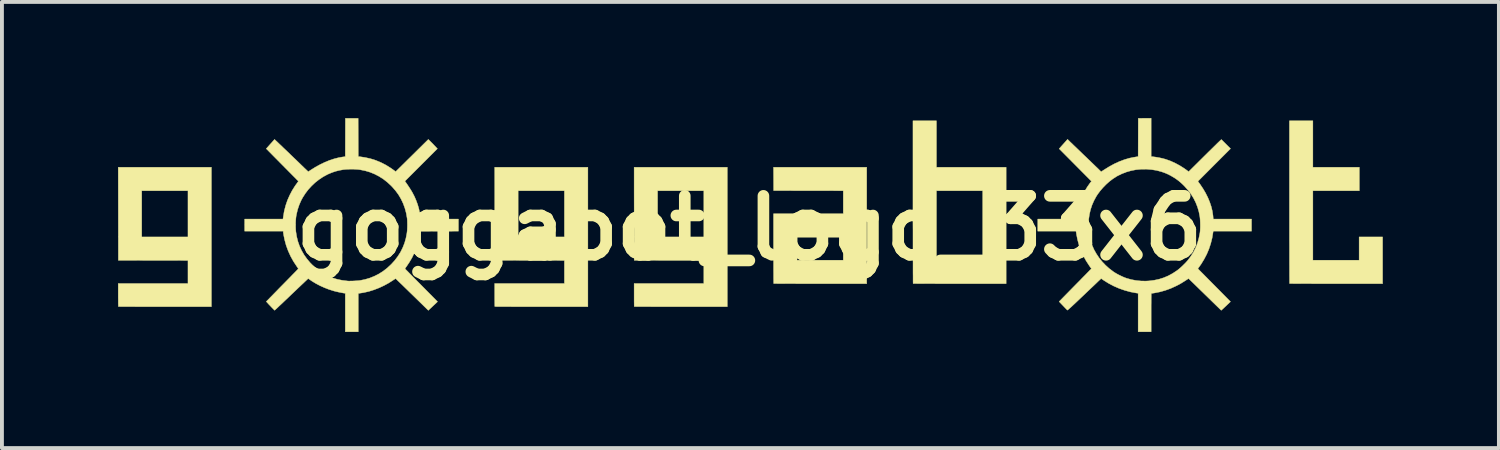
<source format=kicad_pcb>
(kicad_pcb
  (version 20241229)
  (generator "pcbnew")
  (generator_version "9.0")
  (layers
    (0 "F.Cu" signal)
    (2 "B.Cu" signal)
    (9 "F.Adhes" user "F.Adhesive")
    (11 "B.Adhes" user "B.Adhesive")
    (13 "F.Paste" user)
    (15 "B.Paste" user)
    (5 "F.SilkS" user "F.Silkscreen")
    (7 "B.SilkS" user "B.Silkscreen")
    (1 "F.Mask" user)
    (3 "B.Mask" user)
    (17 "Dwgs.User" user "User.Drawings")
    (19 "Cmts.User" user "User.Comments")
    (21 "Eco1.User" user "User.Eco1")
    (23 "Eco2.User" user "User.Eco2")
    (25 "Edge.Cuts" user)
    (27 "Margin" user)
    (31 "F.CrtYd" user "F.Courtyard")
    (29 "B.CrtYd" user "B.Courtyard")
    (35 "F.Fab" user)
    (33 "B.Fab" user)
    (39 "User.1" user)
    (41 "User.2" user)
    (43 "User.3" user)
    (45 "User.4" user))
  (footprint "goggabot_logo_33x6"
    (layer "F.Cu")
    (at 16.314 2.845)
    (property "Reference" "goggabot_logo_33x6" (at 0 0 0) (layer "F.SilkS") (effects (font (size 1.524 1.524) (thickness 0.3))))
    (attr through_hole)
    (fp_poly (pts (xy -13.901 2.03) (xy -15.101 2.03) (xy -15.22 2.03) (xy -15.336 2.03) (xy -15.448 2.029) (xy -15.556 2.029) (xy -15.659 2.029) (xy -15.757 2.029) (xy -15.848 2.029) (xy -15.933 2.028) (xy -16.01 2.028) (xy -16.08 2.028) (xy -16.141 2.028) (xy -16.194 2.027) (xy -16.237 2.027) (xy -16.27 2.027) (xy -16.292 2.026) (xy -16.304 2.026) (xy -16.305 2.026) (xy -16.306 2.019) (xy -16.306 2.002) (xy -16.307 1.974) (xy -16.308 1.939) (xy -16.308 1.896) (xy -16.308 1.847) (xy -16.309 1.792) (xy -16.309 1.734) (xy -16.309 1.725) (xy -16.309 1.429) (xy -14.507 1.429) (xy -14.507 0.835) (xy -16.306 0.832) (xy -16.307 -0.371) (xy -16.308 -0.967) (xy -15.702 -0.967) (xy -15.702 0.228) (xy -14.507 0.228) (xy -14.507 -0.967) (xy -15.702 -0.967) (xy -16.308 -0.967) (xy -16.309 -1.573) (xy -13.901 -1.573) (xy -13.901 2.03)) (stroke (width 0.01) (type solid)) (fill yes) (layer "F.SilkS"))
    (fp_poly (pts (xy -4.173 2.03) (xy -5.373 2.03) (xy -5.492 2.03) (xy -5.608 2.03) (xy -5.721 2.029) (xy -5.828 2.029) (xy -5.931 2.029) (xy -6.029 2.029) (xy -6.12 2.029) (xy -6.205 2.028) (xy -6.283 2.028) (xy -6.352 2.028) (xy -6.414 2.028) (xy -6.466 2.027) (xy -6.509 2.027) (xy -6.542 2.027) (xy -6.565 2.026) (xy -6.576 2.026) (xy -6.577 2.026) (xy -6.578 2.019) (xy -6.579 2.002) (xy -6.579 1.974) (xy -6.58 1.939) (xy -6.58 1.896) (xy -6.581 1.847) (xy -6.581 1.792) (xy -6.581 1.734) (xy -6.581 1.725) (xy -6.581 1.429) (xy -4.78 1.429) (xy -4.78 0.835) (xy -6.578 0.832) (xy -6.58 -0.371) (xy -6.58 -0.967) (xy -5.975 -0.967) (xy -5.975 0.228) (xy -4.78 0.228) (xy -4.78 -0.967) (xy -5.975 -0.967) (xy -6.58 -0.967) (xy -6.581 -1.573) (xy -4.173 -1.573) (xy -4.173 2.03)) (stroke (width 0.01) (type solid)) (fill yes) (layer "F.SilkS"))
    (fp_poly (pts (xy -0.57 2.03) (xy -1.77 2.03) (xy -1.89 2.03) (xy -2.006 2.03) (xy -2.118 2.029) (xy -2.226 2.029) (xy -2.329 2.029) (xy -2.426 2.029) (xy -2.517 2.029) (xy -2.602 2.028) (xy -2.68 2.028) (xy -2.75 2.028) (xy -2.811 2.028) (xy -2.864 2.027) (xy -2.907 2.027) (xy -2.94 2.027) (xy -2.962 2.026) (xy -2.973 2.026) (xy -2.974 2.026) (xy -2.975 2.019) (xy -2.976 2.002) (xy -2.977 1.974) (xy -2.977 1.939) (xy -2.978 1.896) (xy -2.978 1.847) (xy -2.978 1.792) (xy -2.978 1.734) (xy -2.978 1.725) (xy -2.978 1.429) (xy -1.177 1.429) (xy -1.177 0.835) (xy -2.975 0.832) (xy -2.977 -0.371) (xy -2.978 -0.967) (xy -2.372 -0.967) (xy -2.372 0.228) (xy -1.177 0.228) (xy -1.177 -0.967) (xy -2.372 -0.967) (xy -2.978 -0.967) (xy -2.978 -1.573) (xy -0.57 -1.573) (xy -0.57 2.03)) (stroke (width 0.01) (type solid)) (fill yes) (layer "F.SilkS"))
    (fp_poly (pts (xy 3.032 1.435) (xy 1.832 1.435) (xy 1.713 1.435) (xy 1.597 1.435) (xy 1.485 1.435) (xy 1.377 1.435) (xy 1.274 1.435) (xy 1.177 1.434) (xy 1.085 1.434) (xy 1.001 1.434) (xy 0.923 1.434) (xy 0.853 1.433) (xy 0.792 1.433) (xy 0.739 1.433) (xy 0.696 1.432) (xy 0.663 1.432) (xy 0.641 1.432) (xy 0.63 1.431) (xy 0.628 1.431) (xy 0.628 1.425) (xy 0.628 1.407) (xy 0.627 1.379) (xy 0.627 1.34) (xy 0.626 1.292) (xy 0.626 1.236) (xy 0.626 1.171) (xy 0.625 1.099) (xy 0.625 1.021) (xy 0.625 0.936) (xy 0.625 0.846) (xy 0.625 0.751) (xy 0.625 0.652) (xy 0.624 0.55) (xy 0.624 0.527) (xy 0.624 0.234) (xy 1.231 0.234) (xy 1.231 0.829) (xy 2.426 0.829) (xy 2.426 0.234) (xy 1.231 0.234) (xy 0.624 0.234) (xy 0.624 -0.372) (xy 2.426 -0.372) (xy 2.426 -0.967) (xy 1.527 -0.968) (xy 0.627 -0.97) (xy 0.626 -1.272) (xy 0.624 -1.573) (xy 3.032 -1.573) (xy 3.032 1.435)) (stroke (width 0.01) (type solid)) (fill yes) (layer "F.SilkS"))
    (fp_poly (pts (xy 14.561 -1.573) (xy 15.762 -1.573) (xy 15.762 -0.967) (xy 14.561 -0.967) (xy 14.561 0.829) (xy 15.756 0.829) (xy 15.756 0.228) (xy 16.363 0.228) (xy 16.363 1.435) (xy 15.163 1.435) (xy 15.044 1.435) (xy 14.928 1.435) (xy 14.816 1.435) (xy 14.708 1.435) (xy 14.605 1.435) (xy 14.507 1.434) (xy 14.416 1.434) (xy 14.331 1.434) (xy 14.254 1.434) (xy 14.184 1.433) (xy 14.122 1.433) (xy 14.07 1.433) (xy 14.027 1.432) (xy 13.994 1.432) (xy 13.971 1.432) (xy 13.96 1.431) (xy 13.959 1.431) (xy 13.959 1.425) (xy 13.958 1.407) (xy 13.958 1.378) (xy 13.958 1.338) (xy 13.958 1.288) (xy 13.957 1.229) (xy 13.957 1.159) (xy 13.957 1.081) (xy 13.957 0.994) (xy 13.956 0.899) (xy 13.956 0.797) (xy 13.956 0.687) (xy 13.956 0.57) (xy 13.956 0.447) (xy 13.955 0.318) (xy 13.955 0.183) (xy 13.955 0.043) (xy 13.955 -0.101) (xy 13.955 -0.25) (xy 13.955 -0.402) (xy 13.955 -0.558) (xy 13.955 -0.674) (xy 13.955 -2.774) (xy 14.561 -2.774) (xy 14.561 -1.573)) (stroke (width 0.01) (type solid)) (fill yes) (layer "F.SilkS"))
    (fp_poly (pts (xy 4.834 -1.573) (xy 6.635 -1.573) (xy 6.635 1.435) (xy 5.435 1.435) (xy 5.316 1.435) (xy 5.2 1.435) (xy 5.088 1.435) (xy 4.98 1.435) (xy 4.877 1.435) (xy 4.78 1.434) (xy 4.688 1.434) (xy 4.603 1.434) (xy 4.526 1.434) (xy 4.456 1.433) (xy 4.395 1.433) (xy 4.342 1.433) (xy 4.299 1.432) (xy 4.266 1.432) (xy 4.244 1.432) (xy 4.233 1.431) (xy 4.231 1.431) (xy 4.231 1.425) (xy 4.231 1.407) (xy 4.23 1.378) (xy 4.23 1.338) (xy 4.23 1.288) (xy 4.23 1.229) (xy 4.229 1.159) (xy 4.229 1.081) (xy 4.229 0.994) (xy 4.229 0.899) (xy 4.228 0.797) (xy 4.228 0.687) (xy 4.228 0.57) (xy 4.228 0.447) (xy 4.228 0.318) (xy 4.228 0.183) (xy 4.228 0.043) (xy 4.227 -0.101) (xy 4.227 -0.25) (xy 4.227 -0.402) (xy 4.227 -0.558) (xy 4.227 -0.674) (xy 4.227 -0.967) (xy 4.834 -0.967) (xy 4.834 0.829) (xy 6.029 0.829) (xy 6.029 -0.967) (xy 4.834 -0.967) (xy 4.227 -0.967) (xy 4.227 -2.774) (xy 4.834 -2.774) (xy 4.834 -1.573)) (stroke (width 0.01) (type solid)) (fill yes) (layer "F.SilkS"))
    (fp_poly (pts (xy 10.382 -1.85) (xy 10.417 -1.847) (xy 10.504 -1.835) (xy 10.592 -1.82) (xy 10.675 -1.802) (xy 10.751 -1.781) (xy 10.775 -1.773) (xy 10.893 -1.73) (xy 11.01 -1.676) (xy 11.125 -1.614) (xy 11.234 -1.545) (xy 11.297 -1.5) (xy 11.351 -1.459) (xy 11.746 -1.851) (xy 11.804 -1.908) (xy 11.86 -1.964) (xy 11.914 -2.016) (xy 11.964 -2.066) (xy 12.01 -2.111) (xy 12.052 -2.152) (xy 12.088 -2.188) (xy 12.119 -2.218) (xy 12.143 -2.241) (xy 12.16 -2.257) (xy 12.169 -2.266) (xy 12.169 -2.266) (xy 12.197 -2.29) (xy 12.433 -2.054) (xy 12.011 -1.632) (xy 11.59 -1.21) (xy 11.647 -1.132) (xy 11.722 -1.02) (xy 11.789 -0.906) (xy 11.847 -0.79) (xy 11.895 -0.674) (xy 11.934 -0.558) (xy 11.962 -0.444) (xy 11.979 -0.333) (xy 11.983 -0.29) (xy 11.987 -0.234) (xy 12.976 -0.234) (xy 12.976 0.078) (xy 11.986 0.078) (xy 11.982 0.107) (xy 11.957 0.257) (xy 11.921 0.4) (xy 11.875 0.539) (xy 11.819 0.672) (xy 11.751 0.802) (xy 11.673 0.93) (xy 11.631 0.989) (xy 11.589 1.048) (xy 11.69 1.15) (xy 11.711 1.171) (xy 11.74 1.2) (xy 11.775 1.236) (xy 11.816 1.277) (xy 11.861 1.323) (xy 11.91 1.372) (xy 11.962 1.425) (xy 12.016 1.479) (xy 12.07 1.534) (xy 12.112 1.576) (xy 12.432 1.9) (xy 12.351 1.977) (xy 12.322 2.005) (xy 12.293 2.032) (xy 12.266 2.057) (xy 12.244 2.078) (xy 12.232 2.089) (xy 12.193 2.124) (xy 11.94 1.878) (xy 11.888 1.827) (xy 11.832 1.772) (xy 11.775 1.717) (xy 11.718 1.661) (xy 11.663 1.608) (xy 11.612 1.558) (xy 11.566 1.513) (xy 11.526 1.474) (xy 11.519 1.467) (xy 11.349 1.302) (xy 11.266 1.356) (xy 11.219 1.386) (xy 11.179 1.411) (xy 11.142 1.433) (xy 11.105 1.454) (xy 11.066 1.474) (xy 11.027 1.494) (xy 10.889 1.557) (xy 10.749 1.608) (xy 10.606 1.648) (xy 10.459 1.677) (xy 10.448 1.678) (xy 10.423 1.682) (xy 10.402 1.685) (xy 10.389 1.687) (xy 10.385 1.687) (xy 10.385 1.693) (xy 10.384 1.71) (xy 10.384 1.737) (xy 10.384 1.774) (xy 10.383 1.819) (xy 10.383 1.872) (xy 10.383 1.931) (xy 10.382 1.996) (xy 10.382 2.066) (xy 10.382 2.14) (xy 10.382 2.183) (xy 10.382 2.678) (xy 10.046 2.678) (xy 10.046 1.683) (xy 9.996 1.676) (xy 9.847 1.648) (xy 9.7 1.608) (xy 9.556 1.558) (xy 9.416 1.497) (xy 9.281 1.426) (xy 9.155 1.347) (xy 9.09 1.302) (xy 9.071 1.32) (xy 9.064 1.327) (xy 9.049 1.341) (xy 9.026 1.362) (xy 8.997 1.39) (xy 8.962 1.424) (xy 8.921 1.463) (xy 8.875 1.507) (xy 8.825 1.554) (xy 8.771 1.605) (xy 8.714 1.659) (xy 8.655 1.716) (xy 8.638 1.732) (xy 8.566 1.8) (xy 8.502 1.861) (xy 8.445 1.915) (xy 8.396 1.961) (xy 8.354 2) (xy 8.319 2.033) (xy 8.289 2.06) (xy 8.265 2.081) (xy 8.247 2.098) (xy 8.233 2.109) (xy 8.223 2.116) (xy 8.218 2.119) (xy 8.216 2.119) (xy 8.21 2.113) (xy 8.197 2.099) (xy 8.178 2.08) (xy 8.154 2.055) (xy 8.127 2.027) (xy 8.106 2.005) (xy 8.004 1.898) (xy 8.371 1.524) (xy 8.427 1.467) (xy 8.482 1.411) (xy 8.535 1.358) (xy 8.584 1.307) (xy 8.63 1.26) (xy 8.672 1.218) (xy 8.709 1.18) (xy 8.739 1.149) (xy 8.764 1.124) (xy 8.781 1.106) (xy 8.788 1.099) (xy 8.838 1.048) (xy 8.787 0.976) (xy 8.703 0.847) (xy 8.63 0.715) (xy 8.569 0.58) (xy 8.518 0.439) (xy 8.479 0.294) (xy 8.453 0.162) (xy 8.44 0.078) (xy 7.452 0.078) (xy 7.452 -0.105) (xy 8.762 -0.105) (xy 8.765 0.022) (xy 8.779 0.147) (xy 8.804 0.272) (xy 8.839 0.394) (xy 8.859 0.449) (xy 8.907 0.558) (xy 8.967 0.664) (xy 9.036 0.767) (xy 9.115 0.865) (xy 9.202 0.957) (xy 9.297 1.043) (xy 9.399 1.12) (xy 9.424 1.138) (xy 9.467 1.164) (xy 9.517 1.193) (xy 9.573 1.221) (xy 9.629 1.248) (xy 9.684 1.272) (xy 9.734 1.291) (xy 9.749 1.296) (xy 9.866 1.329) (xy 9.988 1.352) (xy 10.113 1.365) (xy 10.238 1.368) (xy 10.331 1.363) (xy 10.462 1.346) (xy 10.588 1.319) (xy 10.708 1.281) (xy 10.824 1.232) (xy 10.936 1.171) (xy 11.044 1.1) (xy 11.069 1.082) (xy 11.107 1.051) (xy 11.151 1.013) (xy 11.196 0.971) (xy 11.241 0.926) (xy 11.284 0.883) (xy 11.32 0.842) (xy 11.326 0.835) (xy 11.404 0.732) (xy 11.472 0.624) (xy 11.53 0.509) (xy 11.578 0.389) (xy 11.614 0.263) (xy 11.64 0.134) (xy 11.644 0.108) (xy 11.648 0.071) (xy 11.65 0.025) (xy 11.652 -0.027) (xy 11.652 -0.083) (xy 11.651 -0.139) (xy 11.649 -0.192) (xy 11.646 -0.241) (xy 11.642 -0.281) (xy 11.641 -0.291) (xy 11.616 -0.421) (xy 11.58 -0.545) (xy 11.533 -0.664) (xy 11.476 -0.777) (xy 11.408 -0.886) (xy 11.329 -0.989) (xy 11.239 -1.089) (xy 11.229 -1.099) (xy 11.18 -1.147) (xy 11.134 -1.188) (xy 11.088 -1.226) (xy 11.038 -1.263) (xy 10.991 -1.295) (xy 10.882 -1.36) (xy 10.768 -1.415) (xy 10.65 -1.458) (xy 10.526 -1.491) (xy 10.398 -1.512) (xy 10.265 -1.523) (xy 10.256 -1.524) (xy 10.122 -1.522) (xy 9.992 -1.51) (xy 9.864 -1.485) (xy 9.741 -1.45) (xy 9.621 -1.403) (xy 9.505 -1.346) (xy 9.479 -1.33) (xy 9.391 -1.273) (xy 9.303 -1.206) (xy 9.218 -1.13) (xy 9.138 -1.048) (xy 9.063 -0.961) (xy 8.997 -0.872) (xy 8.962 -0.817) (xy 8.903 -0.708) (xy 8.854 -0.595) (xy 8.815 -0.477) (xy 8.787 -0.355) (xy 8.769 -0.231) (xy 8.762 -0.105) (xy 7.452 -0.105) (xy 7.452 -0.234) (xy 8.441 -0.234) (xy 8.445 -0.281) (xy 8.452 -0.334) (xy 8.462 -0.394) (xy 8.476 -0.46) (xy 8.493 -0.527) (xy 8.511 -0.593) (xy 8.53 -0.655) (xy 8.538 -0.676) (xy 8.592 -0.809) (xy 8.656 -0.938) (xy 8.73 -1.062) (xy 8.803 -1.166) (xy 8.839 -1.212) (xy 8.422 -1.632) (xy 8.005 -2.052) (xy 8.222 -2.295) (xy 8.277 -2.241) (xy 8.29 -2.228) (xy 8.311 -2.208) (xy 8.34 -2.181) (xy 8.374 -2.147) (xy 8.414 -2.109) (xy 8.458 -2.067) (xy 8.506 -2.021) (xy 8.557 -1.972) (xy 8.609 -1.921) (xy 8.656 -1.876) (xy 8.71 -1.825) (xy 8.762 -1.774) (xy 8.813 -1.726) (xy 8.86 -1.68) (xy 8.904 -1.638) (xy 8.943 -1.6) (xy 8.977 -1.568) (xy 9.004 -1.542) (xy 9.024 -1.522) (xy 9.035 -1.511) (xy 9.09 -1.457) (xy 9.158 -1.502) (xy 9.293 -1.586) (xy 9.426 -1.659) (xy 9.558 -1.72) (xy 9.688 -1.769) (xy 9.816 -1.807) (xy 9.942 -1.833) (xy 9.953 -1.834) (xy 9.981 -1.839) (xy 10.006 -1.843) (xy 10.024 -1.846) (xy 10.032 -1.847) (xy 10.046 -1.85) (xy 10.049 -2.837) (xy 10.216 -2.839) (xy 10.382 -2.84) (xy 10.382 -1.85)) (stroke (width 0.01) (type solid)) (fill yes) (layer "F.SilkS"))
    (fp_poly (pts (xy -10.106 -1.85) (xy -10.071 -1.847) (xy -9.926 -1.825) (xy -9.784 -1.793) (xy -9.648 -1.749) (xy -9.516 -1.694) (xy -9.388 -1.628) (xy -9.265 -1.551) (xy -9.186 -1.495) (xy -9.14 -1.46) (xy -8.718 -1.876) (xy -8.296 -2.293) (xy -8.246 -2.244) (xy -8.223 -2.221) (xy -8.195 -2.193) (xy -8.165 -2.162) (xy -8.137 -2.132) (xy -8.129 -2.124) (xy -8.062 -2.053) (xy -8.482 -1.633) (xy -8.902 -1.213) (xy -8.882 -1.188) (xy -8.862 -1.159) (xy -8.837 -1.123) (xy -8.81 -1.083) (xy -8.782 -1.04) (xy -8.755 -0.998) (xy -8.731 -0.959) (xy -8.711 -0.925) (xy -8.702 -0.908) (xy -8.653 -0.814) (xy -8.611 -0.715) (xy -8.574 -0.615) (xy -8.545 -0.517) (xy -8.536 -0.48) (xy -8.53 -0.447) (xy -8.523 -0.409) (xy -8.516 -0.37) (xy -8.511 -0.331) (xy -8.506 -0.296) (xy -8.503 -0.268) (xy -8.503 -0.252) (xy -8.503 -0.234) (xy -7.518 -0.234) (xy -7.518 0.078) (xy -8.505 0.081) (xy -8.513 0.144) (xy -8.534 0.267) (xy -8.566 0.392) (xy -8.607 0.518) (xy -8.659 0.643) (xy -8.718 0.765) (xy -8.787 0.882) (xy -8.854 0.982) (xy -8.871 1.006) (xy -8.885 1.026) (xy -8.895 1.041) (xy -8.899 1.047) (xy -8.899 1.048) (xy -8.895 1.052) (xy -8.883 1.065) (xy -8.864 1.085) (xy -8.837 1.111) (xy -8.805 1.144) (xy -8.767 1.183) (xy -8.724 1.227) (xy -8.677 1.275) (xy -8.625 1.327) (xy -8.571 1.382) (xy -8.513 1.44) (xy -8.478 1.476) (xy -8.058 1.9) (xy -8.105 1.946) (xy -8.127 1.966) (xy -8.155 1.992) (xy -8.186 2.021) (xy -8.215 2.049) (xy -8.225 2.058) (xy -8.296 2.125) (xy -8.716 1.715) (xy -8.775 1.658) (xy -8.832 1.602) (xy -8.886 1.55) (xy -8.936 1.501) (xy -8.982 1.456) (xy -9.024 1.416) (xy -9.06 1.381) (xy -9.09 1.352) (xy -9.113 1.329) (xy -9.13 1.313) (xy -9.138 1.305) (xy -9.14 1.304) (xy -9.146 1.307) (xy -9.16 1.315) (xy -9.18 1.327) (xy -9.2 1.341) (xy -9.319 1.417) (xy -9.444 1.485) (xy -9.571 1.544) (xy -9.701 1.594) (xy -9.831 1.635) (xy -9.959 1.664) (xy -10.004 1.672) (xy -10.032 1.676) (xy -10.058 1.68) (xy -10.078 1.684) (xy -10.086 1.685) (xy -10.106 1.688) (xy -10.106 2.678) (xy -10.442 2.678) (xy -10.442 1.681) (xy -10.459 1.681) (xy -10.473 1.68) (xy -10.497 1.676) (xy -10.529 1.67) (xy -10.565 1.663) (xy -10.605 1.655) (xy -10.645 1.646) (xy -10.684 1.637) (xy -10.719 1.628) (xy -10.749 1.62) (xy -10.752 1.619) (xy -10.868 1.582) (xy -10.983 1.537) (xy -11.095 1.487) (xy -11.201 1.431) (xy -11.299 1.372) (xy -11.351 1.336) (xy -11.398 1.303) (xy -11.415 1.316) (xy -11.421 1.322) (xy -11.436 1.336) (xy -11.458 1.357) (xy -11.487 1.384) (xy -11.522 1.418) (xy -11.563 1.456) (xy -11.609 1.5) (xy -11.659 1.547) (xy -11.712 1.598) (xy -11.769 1.652) (xy -11.828 1.708) (xy -11.847 1.726) (xy -11.906 1.783) (xy -11.963 1.837) (xy -12.017 1.888) (xy -12.067 1.936) (xy -12.113 1.979) (xy -12.155 2.018) (xy -12.19 2.052) (xy -12.22 2.08) (xy -12.243 2.101) (xy -12.258 2.115) (xy -12.266 2.122) (xy -12.267 2.123) (xy -12.272 2.119) (xy -12.284 2.107) (xy -12.302 2.09) (xy -12.323 2.068) (xy -12.348 2.043) (xy -12.373 2.016) (xy -12.399 1.989) (xy -12.424 1.963) (xy -12.445 1.939) (xy -12.463 1.92) (xy -12.476 1.905) (xy -12.482 1.898) (xy -12.482 1.897) (xy -12.478 1.892) (xy -12.466 1.879) (xy -12.446 1.859) (xy -12.42 1.833) (xy -12.388 1.799) (xy -12.35 1.761) (xy -12.307 1.717) (xy -12.26 1.669) (xy -12.209 1.617) (xy -12.155 1.561) (xy -12.098 1.503) (xy -12.07 1.475) (xy -12.011 1.415) (xy -11.956 1.359) (xy -11.903 1.305) (xy -11.854 1.255) (xy -11.809 1.208) (xy -11.768 1.167) (xy -11.733 1.131) (xy -11.704 1.101) (xy -11.681 1.077) (xy -11.666 1.061) (xy -11.657 1.052) (xy -11.656 1.051) (xy -11.659 1.044) (xy -11.667 1.03) (xy -11.68 1.01) (xy -11.696 0.988) (xy -11.781 0.859) (xy -11.854 0.727) (xy -11.917 0.589) (xy -11.969 0.448) (xy -12.009 0.301) (xy -12.033 0.184) (xy -12.038 0.154) (xy -12.042 0.128) (xy -12.045 0.107) (xy -12.045 0.095) (xy -12.045 0.078) (xy -13.042 0.078) (xy -13.042 -0.082) (xy -11.726 -0.082) (xy -11.725 -0.021) (xy -11.723 0.035) (xy -11.719 0.083) (xy -11.719 0.085) (xy -11.698 0.217) (xy -11.667 0.342) (xy -11.625 0.462) (xy -11.572 0.577) (xy -11.509 0.687) (xy -11.434 0.793) (xy -11.349 0.894) (xy -11.301 0.943) (xy -11.204 1.033) (xy -11.102 1.112) (xy -10.997 1.18) (xy -10.887 1.238) (xy -10.771 1.285) (xy -10.65 1.322) (xy -10.523 1.348) (xy -10.388 1.365) (xy -10.36 1.367) (xy -10.322 1.367) (xy -10.278 1.366) (xy -10.23 1.365) (xy -10.182 1.362) (xy -10.136 1.359) (xy -10.095 1.356) (xy -10.062 1.352) (xy -10.061 1.352) (xy -9.933 1.326) (xy -9.81 1.29) (xy -9.691 1.242) (xy -9.576 1.184) (xy -9.467 1.115) (xy -9.363 1.035) (xy -9.352 1.025) (xy -9.252 0.932) (xy -9.162 0.833) (xy -9.083 0.728) (xy -9.014 0.619) (xy -8.957 0.504) (xy -8.91 0.385) (xy -8.875 0.262) (xy -8.85 0.133) (xy -8.848 0.116) (xy -8.843 0.075) (xy -8.84 0.027) (xy -8.838 -0.027) (xy -8.837 -0.083) (xy -8.838 -0.138) (xy -8.839 -0.189) (xy -8.842 -0.233) (xy -8.844 -0.255) (xy -8.867 -0.387) (xy -8.901 -0.514) (xy -8.945 -0.635) (xy -9 -0.751) (xy -9.065 -0.862) (xy -9.142 -0.967) (xy -9.229 -1.067) (xy -9.259 -1.098) (xy -9.358 -1.189) (xy -9.462 -1.27) (xy -9.571 -1.339) (xy -9.685 -1.398) (xy -9.804 -1.446) (xy -9.928 -1.483) (xy -10.057 -1.509) (xy -10.07 -1.511) (xy -10.111 -1.516) (xy -10.16 -1.519) (xy -10.216 -1.522) (xy -10.275 -1.522) (xy -10.335 -1.522) (xy -10.391 -1.52) (xy -10.443 -1.517) (xy -10.486 -1.513) (xy -10.496 -1.511) (xy -10.601 -1.492) (xy -10.698 -1.467) (xy -10.791 -1.435) (xy -10.884 -1.396) (xy -10.903 -1.387) (xy -11.014 -1.327) (xy -11.119 -1.257) (xy -11.22 -1.178) (xy -11.313 -1.09) (xy -11.4 -0.995) (xy -11.477 -0.893) (xy -11.545 -0.786) (xy -11.58 -0.721) (xy -11.632 -0.603) (xy -11.673 -0.482) (xy -11.703 -0.356) (xy -11.712 -0.306) (xy -11.718 -0.259) (xy -11.722 -0.204) (xy -11.725 -0.144) (xy -11.726 -0.082) (xy -13.042 -0.082) (xy -13.042 -0.234) (xy -12.052 -0.234) (xy -12.049 -0.254) (xy -12.042 -0.304) (xy -12.035 -0.344) (xy -12.03 -0.376) (xy -12.026 -0.403) (xy -12.022 -0.426) (xy -12.017 -0.446) (xy -12.015 -0.459) (xy -11.98 -0.591) (xy -11.935 -0.722) (xy -11.878 -0.851) (xy -11.813 -0.975) (xy -11.738 -1.094) (xy -11.69 -1.16) (xy -11.675 -1.181) (xy -11.663 -1.198) (xy -11.656 -1.209) (xy -11.655 -1.212) (xy -11.659 -1.219) (xy -11.668 -1.229) (xy -11.674 -1.234) (xy -11.688 -1.248) (xy -11.709 -1.269) (xy -11.736 -1.297) (xy -11.77 -1.331) (xy -11.809 -1.37) (xy -11.853 -1.415) (xy -11.901 -1.463) (xy -11.953 -1.516) (xy -12.008 -1.571) (xy -12.065 -1.629) (xy -12.082 -1.646) (xy -12.484 -2.053) (xy -12.378 -2.172) (xy -12.35 -2.203) (xy -12.324 -2.232) (xy -12.302 -2.257) (xy -12.285 -2.276) (xy -12.274 -2.288) (xy -12.27 -2.293) (xy -12.267 -2.291) (xy -12.26 -2.284) (xy -12.247 -2.272) (xy -12.229 -2.255) (xy -12.205 -2.233) (xy -12.175 -2.204) (xy -12.14 -2.17) (xy -12.097 -2.13) (xy -12.049 -2.083) (xy -11.993 -2.03) (xy -11.93 -1.97) (xy -11.86 -1.902) (xy -11.783 -1.828) (xy -11.697 -1.746) (xy -11.604 -1.656) (xy -11.503 -1.558) (xy -11.429 -1.488) (xy -11.398 -1.458) (xy -11.336 -1.5) (xy -11.215 -1.576) (xy -11.093 -1.643) (xy -10.971 -1.702) (xy -10.849 -1.752) (xy -10.73 -1.791) (xy -10.613 -1.821) (xy -10.517 -1.838) (xy -10.493 -1.841) (xy -10.471 -1.844) (xy -10.457 -1.847) (xy -10.456 -1.847) (xy -10.442 -1.85) (xy -10.439 -2.837) (xy -10.109 -2.837) (xy -10.106 -1.85)) (stroke (width 0.01) (type solid)) (fill yes) (layer "F.SilkS")))
  (gr_rect
    (start -3 -3)
    (end 35.682 8.529)
    (stroke (width 0.1) (type default))
    (fill no)
    (layer "Edge.Cuts")))
</source>
